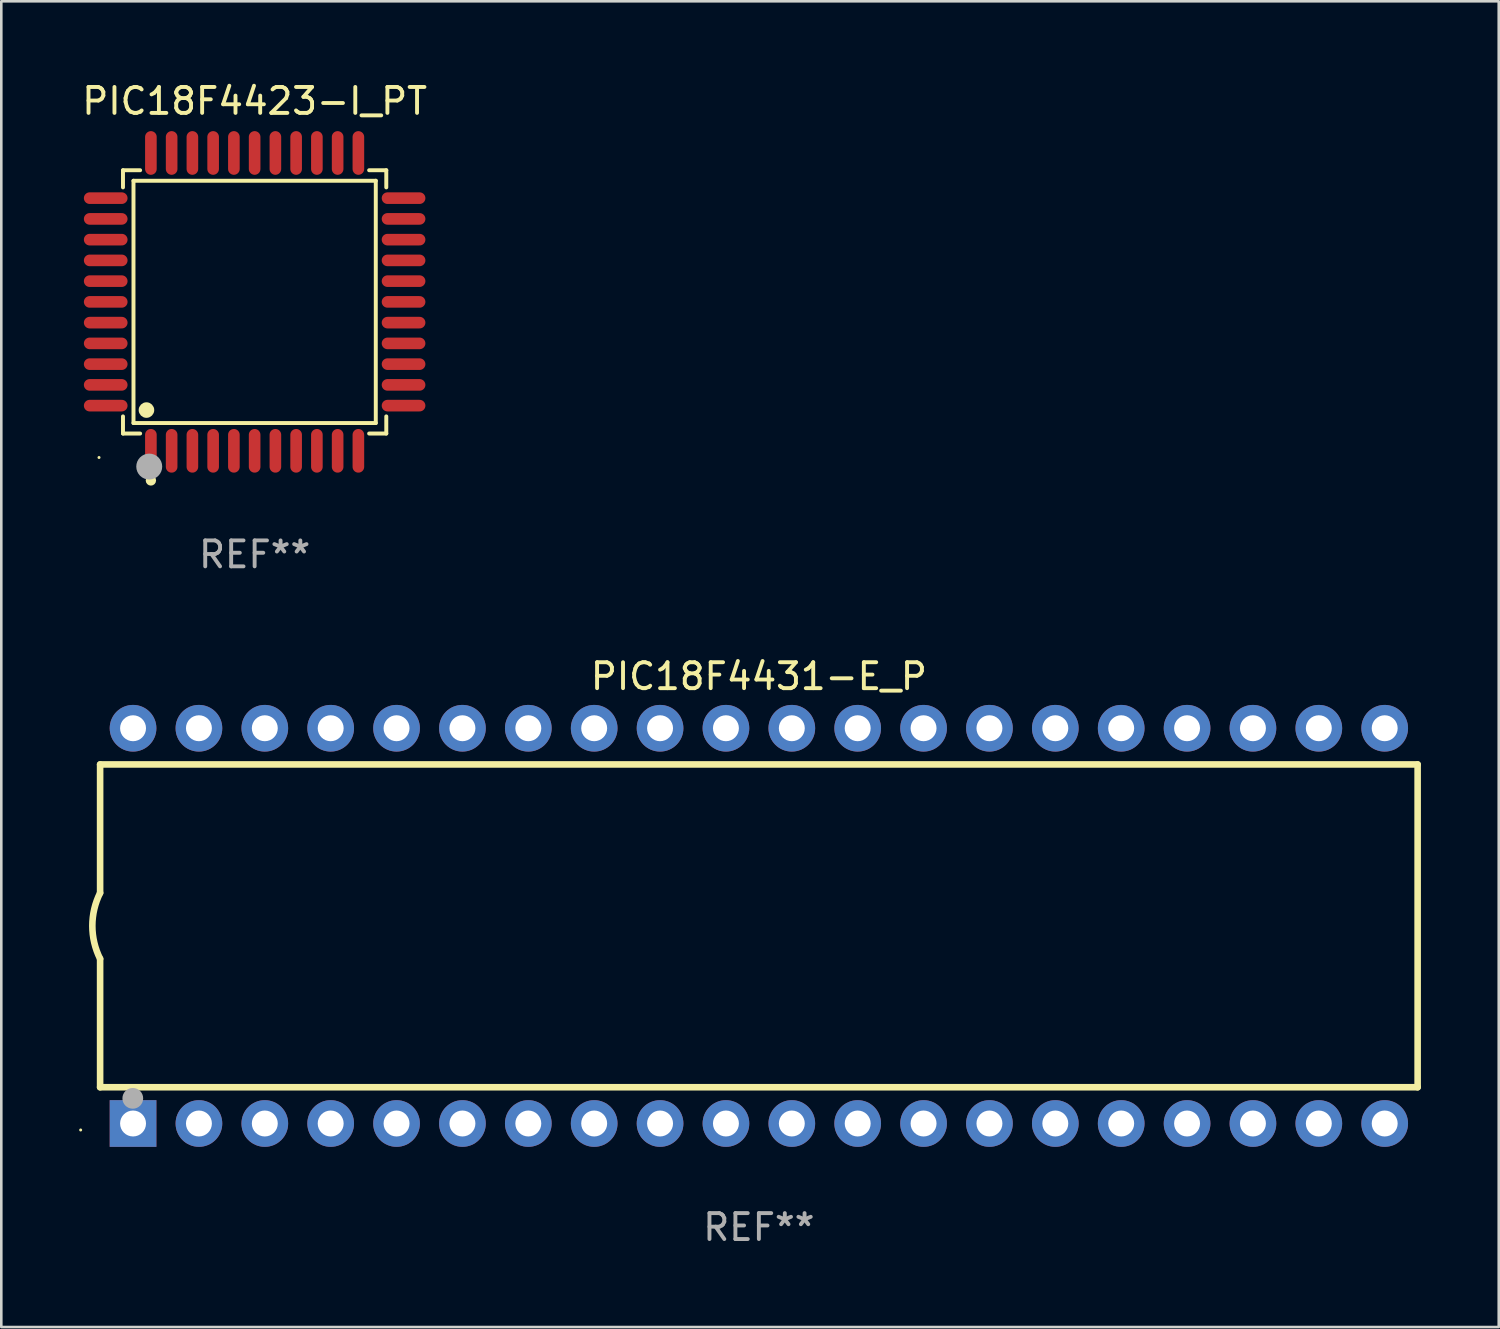
<source format=kicad_pcb>
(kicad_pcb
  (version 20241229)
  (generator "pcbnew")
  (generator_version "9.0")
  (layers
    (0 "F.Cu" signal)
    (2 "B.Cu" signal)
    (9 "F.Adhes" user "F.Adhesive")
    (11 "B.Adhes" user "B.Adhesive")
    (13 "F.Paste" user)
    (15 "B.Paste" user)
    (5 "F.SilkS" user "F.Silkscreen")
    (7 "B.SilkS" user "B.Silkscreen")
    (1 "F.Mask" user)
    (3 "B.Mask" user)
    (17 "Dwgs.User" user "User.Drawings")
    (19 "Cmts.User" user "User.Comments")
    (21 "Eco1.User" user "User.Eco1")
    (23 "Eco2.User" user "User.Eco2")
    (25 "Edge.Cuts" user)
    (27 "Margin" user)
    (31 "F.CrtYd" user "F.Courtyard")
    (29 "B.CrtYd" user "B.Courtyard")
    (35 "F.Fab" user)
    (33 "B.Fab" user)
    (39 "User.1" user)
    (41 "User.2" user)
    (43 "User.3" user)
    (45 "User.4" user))
  (footprint "PIC18F4431-E_P"
    (layer "F.Cu")
    (at 26.21 32.649)
    (property "Reference" "PIC18F4431-E_P" (at 0 -9.62 0) (layer "F.SilkS") (effects (font (size 1 1) (thickness 0.15))))
    (attr through_hole)
    (fp_line (start -25.4 -6.224) (end -25.4 -1.271) (stroke (width 0.254) (type solid)) (layer "F.SilkS"))
    (fp_line (start -25.4 -6.224) (end 25.4 -6.224) (stroke (width 0.254) (type solid)) (layer "F.SilkS"))
    (fp_line (start -25.4 1.269) (end -25.4 6.222) (stroke (width 0.254) (type solid)) (layer "F.SilkS"))
    (fp_line (start -25.4 6.222) (end 25.4 6.222) (stroke (width 0.254) (type solid)) (layer "F.SilkS"))
    (fp_line (start 25.4 6.222) (end 25.4 -6.224) (stroke (width 0.254) (type solid)) (layer "F.SilkS"))
    (fp_arc (start -25.4 1.269241) (mid -25.699807 -0.000762) (end -25.4 -1.270765) (stroke (width 0.254001) (type solid)) (layer "F.SilkS"))
    (fp_circle (center -26.15 7.87) (end -26.12 7.87) (stroke (width 0.06) (type solid)) (fill no) (layer "F.SilkS"))
    (fp_circle (center -24.14 6.65) (end -23.94 6.65) (stroke (width 0.4) (type solid)) (fill no) (layer "F.Fab"))
    (fp_text user "REF**" (at 0 11.62 0) (layer "F.Fab") (effects (font (size 1 1) (thickness 0.15))))
    (pad "1" thru_hole rect (at -24.13 7.62 90) (size 1.8 1.8) (drill 1) (layers "*.Cu" "*.Mask"))
    (pad "2" thru_hole circle (at -21.59 7.62) (size 1.8 1.8) (drill 1) (layers "*.Cu" "*.Mask"))
    (pad "3" thru_hole circle (at -19.05 7.62) (size 1.8 1.8) (drill 1) (layers "*.Cu" "*.Mask"))
    (pad "4" thru_hole circle (at -16.51 7.62) (size 1.8 1.8) (drill 1) (layers "*.Cu" "*.Mask"))
    (pad "5" thru_hole circle (at -13.97 7.62) (size 1.8 1.8) (drill 1) (layers "*.Cu" "*.Mask"))
    (pad "6" thru_hole circle (at -11.43 7.62) (size 1.8 1.8) (drill 1) (layers "*.Cu" "*.Mask"))
    (pad "7" thru_hole circle (at -8.89 7.62) (size 1.8 1.8) (drill 1) (layers "*.Cu" "*.Mask"))
    (pad "8" thru_hole circle (at -6.35 7.62) (size 1.8 1.8) (drill 1) (layers "*.Cu" "*.Mask"))
    (pad "9" thru_hole circle (at -3.81 7.62) (size 1.8 1.8) (drill 1) (layers "*.Cu" "*.Mask"))
    (pad "10" thru_hole circle (at -1.27 7.62) (size 1.8 1.8) (drill 1) (layers "*.Cu" "*.Mask"))
    (pad "11" thru_hole circle (at 1.27 7.62) (size 1.8 1.8) (drill 1) (layers "*.Cu" "*.Mask"))
    (pad "12" thru_hole circle (at 3.81 7.62) (size 1.8 1.8) (drill 1) (layers "*.Cu" "*.Mask"))
    (pad "13" thru_hole circle (at 6.35 7.62) (size 1.8 1.8) (drill 1) (layers "*.Cu" "*.Mask"))
    (pad "14" thru_hole circle (at 8.89 7.62) (size 1.8 1.8) (drill 1) (layers "*.Cu" "*.Mask"))
    (pad "15" thru_hole circle (at 11.43 7.62) (size 1.8 1.8) (drill 1) (layers "*.Cu" "*.Mask"))
    (pad "16" thru_hole circle (at 13.97 7.62) (size 1.8 1.8) (drill 1) (layers "*.Cu" "*.Mask"))
    (pad "17" thru_hole circle (at 16.51 7.62) (size 1.8 1.8) (drill 1) (layers "*.Cu" "*.Mask"))
    (pad "18" thru_hole circle (at 19.05 7.62) (size 1.8 1.8) (drill 1) (layers "*.Cu" "*.Mask"))
    (pad "19" thru_hole circle (at 21.59 7.62) (size 1.8 1.8) (drill 1) (layers "*.Cu" "*.Mask"))
    (pad "20" thru_hole circle (at 24.13 7.62) (size 1.8 1.8) (drill 1) (layers "*.Cu" "*.Mask"))
    (pad "21" thru_hole circle (at 24.13 -7.62) (size 1.8 1.8) (drill 1) (layers "*.Cu" "*.Mask"))
    (pad "22" thru_hole circle (at 21.59 -7.62) (size 1.8 1.8) (drill 1) (layers "*.Cu" "*.Mask"))
    (pad "23" thru_hole circle (at 19.05 -7.62) (size 1.8 1.8) (drill 1) (layers "*.Cu" "*.Mask"))
    (pad "24" thru_hole circle (at 16.51 -7.62) (size 1.8 1.8) (drill 1) (layers "*.Cu" "*.Mask"))
    (pad "25" thru_hole circle (at 13.97 -7.62) (size 1.8 1.8) (drill 1) (layers "*.Cu" "*.Mask"))
    (pad "26" thru_hole circle (at 11.43 -7.62) (size 1.8 1.8) (drill 1) (layers "*.Cu" "*.Mask"))
    (pad "27" thru_hole circle (at 8.89 -7.62) (size 1.8 1.8) (drill 1) (layers "*.Cu" "*.Mask"))
    (pad "28" thru_hole circle (at 6.35 -7.62) (size 1.8 1.8) (drill 1) (layers "*.Cu" "*.Mask"))
    (pad "29" thru_hole circle (at 3.81 -7.62) (size 1.8 1.8) (drill 1) (layers "*.Cu" "*.Mask"))
    (pad "30" thru_hole circle (at 1.27 -7.62) (size 1.8 1.8) (drill 1) (layers "*.Cu" "*.Mask"))
    (pad "31" thru_hole circle (at -1.27 -7.62) (size 1.8 1.8) (drill 1) (layers "*.Cu" "*.Mask"))
    (pad "32" thru_hole circle (at -3.81 -7.62) (size 1.8 1.8) (drill 1) (layers "*.Cu" "*.Mask"))
    (pad "33" thru_hole circle (at -6.35 -7.62) (size 1.8 1.8) (drill 1) (layers "*.Cu" "*.Mask"))
    (pad "34" thru_hole circle (at -8.89 -7.62) (size 1.8 1.8) (drill 1) (layers "*.Cu" "*.Mask"))
    (pad "35" thru_hole circle (at -11.43 -7.62) (size 1.8 1.8) (drill 1) (layers "*.Cu" "*.Mask"))
    (pad "36" thru_hole circle (at -13.97 -7.62) (size 1.8 1.8) (drill 1) (layers "*.Cu" "*.Mask"))
    (pad "37" thru_hole circle (at -16.51 -7.62) (size 1.8 1.8) (drill 1) (layers "*.Cu" "*.Mask"))
    (pad "38" thru_hole circle (at -19.05 -7.62) (size 1.8 1.8) (drill 1) (layers "*.Cu" "*.Mask"))
    (pad "39" thru_hole circle (at -21.59 -7.62) (size 1.8 1.8) (drill 1) (layers "*.Cu" "*.Mask"))
    (pad "40" thru_hole circle (at -24.13 -7.62) (size 1.8 1.8) (drill 1) (layers "*.Cu" "*.Mask")))
  (footprint "PIC18F4423-I_PT"
    (layer "F.Cu")
    (at 6.768 8.59)
    (property "Reference" "PIC18F4423-I_PT" (at 0 -7.742 0) (layer "F.SilkS") (effects (font (size 1 1) (thickness 0.15))))
    (attr through_hole)
    (fp_line (start -5.076 -5.076) (end -4.415 -5.076) (stroke (width 0.152) (type solid)) (layer "F.SilkS"))
    (fp_line (start -5.076 -4.415) (end -5.076 -5.076) (stroke (width 0.152) (type solid)) (layer "F.SilkS"))
    (fp_line (start -5.076 4.415) (end -5.076 5.076) (stroke (width 0.152) (type solid)) (layer "F.SilkS"))
    (fp_line (start -5.076 5.076) (end -4.415 5.076) (stroke (width 0.152) (type solid)) (layer "F.SilkS"))
    (fp_line (start -4.671 -4.671) (end 4.671 -4.671) (stroke (width 0.152) (type solid)) (layer "F.SilkS"))
    (fp_line (start -4.671 4.671) (end -4.671 -4.671) (stroke (width 0.152) (type solid)) (layer "F.SilkS"))
    (fp_line (start 4.671 -4.671) (end 4.671 4.671) (stroke (width 0.152) (type solid)) (layer "F.SilkS"))
    (fp_line (start 4.671 4.671) (end -4.671 4.671) (stroke (width 0.152) (type solid)) (layer "F.SilkS"))
    (fp_line (start 5.076 -5.076) (end 4.415 -5.076) (stroke (width 0.152) (type solid)) (layer "F.SilkS"))
    (fp_line (start 5.076 -4.415) (end 5.076 -5.076) (stroke (width 0.152) (type solid)) (layer "F.SilkS"))
    (fp_line (start 5.076 4.415) (end 5.076 5.076) (stroke (width 0.152) (type solid)) (layer "F.SilkS"))
    (fp_line (start 5.076 5.076) (end 4.415 5.076) (stroke (width 0.152) (type solid)) (layer "F.SilkS"))
    (fp_circle (center -6 6) (end -5.97 6) (stroke (width 0.06) (type solid)) (fill no) (layer "F.SilkS"))
    (fp_circle (center -4.171 4.171) (end -4.021 4.171) (stroke (width 0.3) (type solid)) (fill no) (layer "F.SilkS"))
    (fp_circle (center -4 6.884) (end -3.9 6.884) (stroke (width 0.2) (type solid)) (fill no) (layer "F.SilkS"))
    (fp_circle (center -4.064 6.35) (end -3.814 6.35) (stroke (width 0.5) (type solid)) (fill no) (layer "F.Fab"))
    (fp_text user "REF**" (at 0 9.742 0) (layer "F.Fab") (effects (font (size 1 1) (thickness 0.15))))
    (pad "1" smd oval (at -4 5.742) (size 0.448 1.684) (layers "F.Cu" "F.Mask" "F.Paste"))
    (pad "2" smd oval (at -3.2 5.742) (size 0.448 1.684) (layers "F.Cu" "F.Mask" "F.Paste"))
    (pad "3" smd oval (at -2.4 5.742) (size 0.448 1.684) (layers "F.Cu" "F.Mask" "F.Paste"))
    (pad "4" smd oval (at -1.6 5.742) (size 0.448 1.684) (layers "F.Cu" "F.Mask" "F.Paste"))
    (pad "5" smd oval (at -0.8 5.742) (size 0.448 1.684) (layers "F.Cu" "F.Mask" "F.Paste"))
    (pad "6" smd oval (at 0 5.742) (size 0.448 1.684) (layers "F.Cu" "F.Mask" "F.Paste"))
    (pad "7" smd oval (at 0.8 5.742) (size 0.448 1.684) (layers "F.Cu" "F.Mask" "F.Paste"))
    (pad "8" smd oval (at 1.6 5.742) (size 0.448 1.684) (layers "F.Cu" "F.Mask" "F.Paste"))
    (pad "9" smd oval (at 2.4 5.742) (size 0.448 1.684) (layers "F.Cu" "F.Mask" "F.Paste"))
    (pad "10" smd oval (at 3.2 5.742) (size 0.448 1.684) (layers "F.Cu" "F.Mask" "F.Paste"))
    (pad "11" smd oval (at 4 5.742) (size 0.448 1.684) (layers "F.Cu" "F.Mask" "F.Paste"))
    (pad "12" smd oval (at 5.742 4) (size 1.684 0.448) (layers "F.Cu" "F.Mask" "F.Paste"))
    (pad "13" smd oval (at 5.742 3.2) (size 1.684 0.448) (layers "F.Cu" "F.Mask" "F.Paste"))
    (pad "14" smd oval (at 5.742 2.4) (size 1.684 0.448) (layers "F.Cu" "F.Mask" "F.Paste"))
    (pad "15" smd oval (at 5.742 1.6) (size 1.684 0.448) (layers "F.Cu" "F.Mask" "F.Paste"))
    (pad "16" smd oval (at 5.742 0.8) (size 1.684 0.448) (layers "F.Cu" "F.Mask" "F.Paste"))
    (pad "17" smd oval (at 5.742 0) (size 1.684 0.448) (layers "F.Cu" "F.Mask" "F.Paste"))
    (pad "18" smd oval (at 5.742 -0.8) (size 1.684 0.448) (layers "F.Cu" "F.Mask" "F.Paste"))
    (pad "19" smd oval (at 5.742 -1.6) (size 1.684 0.448) (layers "F.Cu" "F.Mask" "F.Paste"))
    (pad "20" smd oval (at 5.742 -2.4) (size 1.684 0.448) (layers "F.Cu" "F.Mask" "F.Paste"))
    (pad "21" smd oval (at 5.742 -3.2) (size 1.684 0.448) (layers "F.Cu" "F.Mask" "F.Paste"))
    (pad "22" smd oval (at 5.742 -4) (size 1.684 0.448) (layers "F.Cu" "F.Mask" "F.Paste"))
    (pad "23" smd oval (at 4 -5.742) (size 0.448 1.684) (layers "F.Cu" "F.Mask" "F.Paste"))
    (pad "24" smd oval (at 3.2 -5.742) (size 0.448 1.684) (layers "F.Cu" "F.Mask" "F.Paste"))
    (pad "25" smd oval (at 2.4 -5.742) (size 0.448 1.684) (layers "F.Cu" "F.Mask" "F.Paste"))
    (pad "26" smd oval (at 1.6 -5.742) (size 0.448 1.684) (layers "F.Cu" "F.Mask" "F.Paste"))
    (pad "27" smd oval (at 0.8 -5.742) (size 0.448 1.684) (layers "F.Cu" "F.Mask" "F.Paste"))
    (pad "28" smd oval (at 0 -5.742) (size 0.448 1.684) (layers "F.Cu" "F.Mask" "F.Paste"))
    (pad "29" smd oval (at -0.8 -5.742) (size 0.448 1.684) (layers "F.Cu" "F.Mask" "F.Paste"))
    (pad "30" smd oval (at -1.6 -5.742) (size 0.448 1.684) (layers "F.Cu" "F.Mask" "F.Paste"))
    (pad "31" smd oval (at -2.4 -5.742) (size 0.448 1.684) (layers "F.Cu" "F.Mask" "F.Paste"))
    (pad "32" smd oval (at -3.2 -5.742) (size 0.448 1.684) (layers "F.Cu" "F.Mask" "F.Paste"))
    (pad "33" smd oval (at -4 -5.742) (size 0.448 1.684) (layers "F.Cu" "F.Mask" "F.Paste"))
    (pad "34" smd oval (at -5.742 -4) (size 1.684 0.448) (layers "F.Cu" "F.Mask" "F.Paste"))
    (pad "35" smd oval (at -5.742 -3.2) (size 1.684 0.448) (layers "F.Cu" "F.Mask" "F.Paste"))
    (pad "36" smd oval (at -5.742 -2.4) (size 1.684 0.448) (layers "F.Cu" "F.Mask" "F.Paste"))
    (pad "37" smd oval (at -5.742 -1.6) (size 1.684 0.448) (layers "F.Cu" "F.Mask" "F.Paste"))
    (pad "38" smd oval (at -5.742 -0.8) (size 1.684 0.448) (layers "F.Cu" "F.Mask" "F.Paste"))
    (pad "39" smd oval (at -5.742 0) (size 1.684 0.448) (layers "F.Cu" "F.Mask" "F.Paste"))
    (pad "40" smd oval (at -5.742 0.8) (size 1.684 0.448) (layers "F.Cu" "F.Mask" "F.Paste"))
    (pad "41" smd oval (at -5.742 1.6) (size 1.684 0.448) (layers "F.Cu" "F.Mask" "F.Paste"))
    (pad "42" smd oval (at -5.742 2.4) (size 1.684 0.448) (layers "F.Cu" "F.Mask" "F.Paste"))
    (pad "43" smd oval (at -5.742 3.2) (size 1.684 0.448) (layers "F.Cu" "F.Mask" "F.Paste"))
    (pad "44" smd oval (at -5.742 4) (size 1.684 0.448) (layers "F.Cu" "F.Mask" "F.Paste")))
  (gr_rect
    (start -3 -3)
    (end 54.737 48.117)
    (stroke (width 0.1) (type default))
    (fill no)
    (layer "Edge.Cuts")))
</source>
